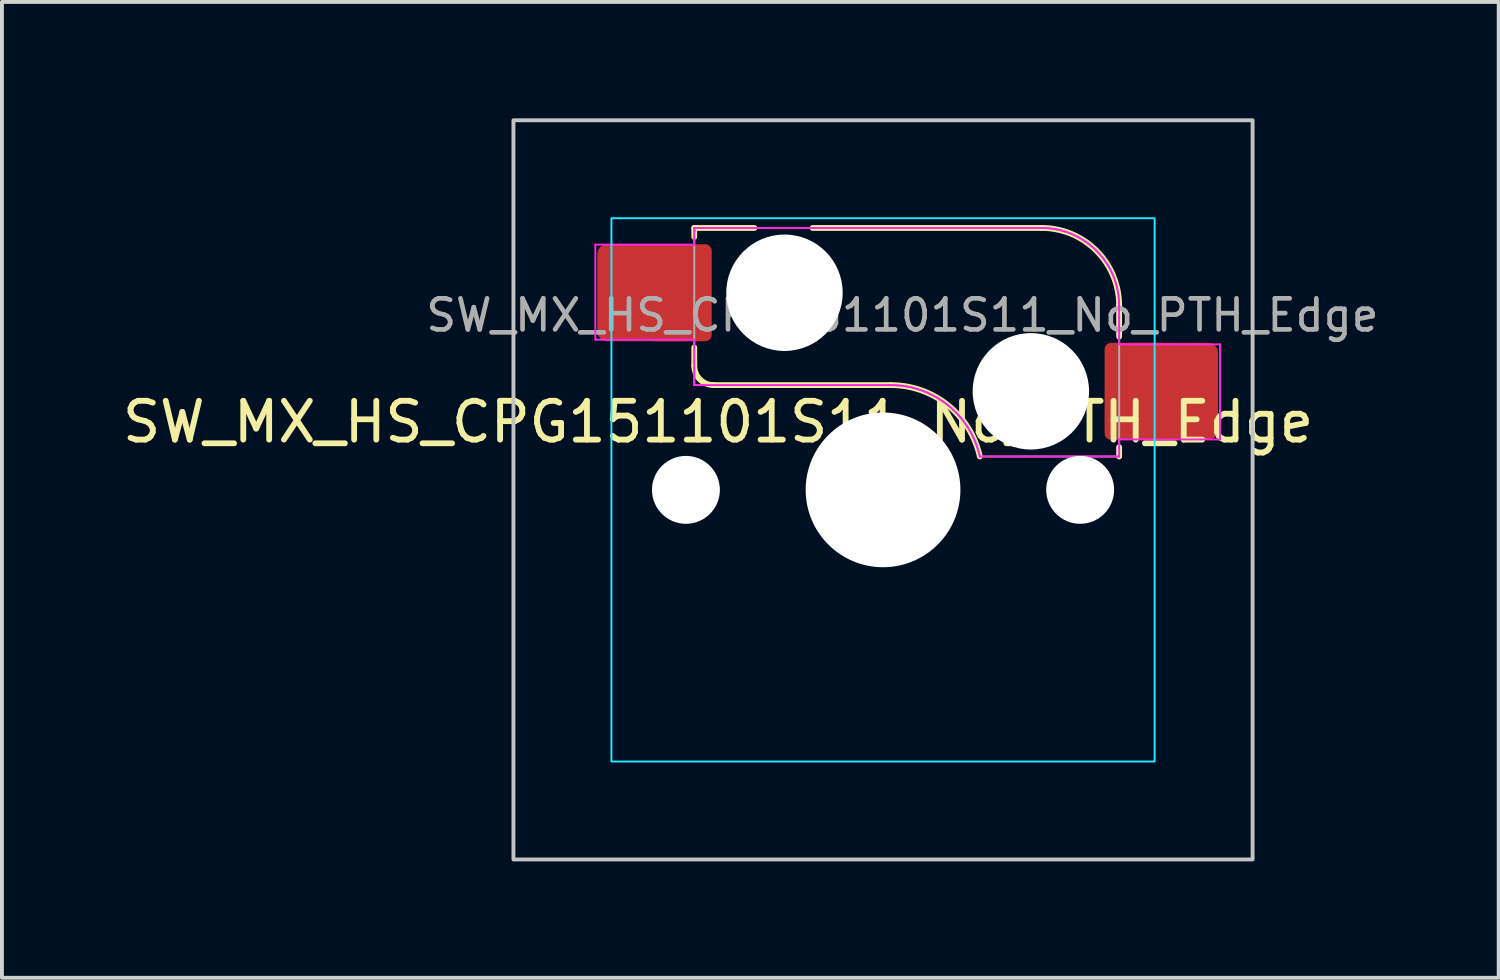
<source format=kicad_pcb>
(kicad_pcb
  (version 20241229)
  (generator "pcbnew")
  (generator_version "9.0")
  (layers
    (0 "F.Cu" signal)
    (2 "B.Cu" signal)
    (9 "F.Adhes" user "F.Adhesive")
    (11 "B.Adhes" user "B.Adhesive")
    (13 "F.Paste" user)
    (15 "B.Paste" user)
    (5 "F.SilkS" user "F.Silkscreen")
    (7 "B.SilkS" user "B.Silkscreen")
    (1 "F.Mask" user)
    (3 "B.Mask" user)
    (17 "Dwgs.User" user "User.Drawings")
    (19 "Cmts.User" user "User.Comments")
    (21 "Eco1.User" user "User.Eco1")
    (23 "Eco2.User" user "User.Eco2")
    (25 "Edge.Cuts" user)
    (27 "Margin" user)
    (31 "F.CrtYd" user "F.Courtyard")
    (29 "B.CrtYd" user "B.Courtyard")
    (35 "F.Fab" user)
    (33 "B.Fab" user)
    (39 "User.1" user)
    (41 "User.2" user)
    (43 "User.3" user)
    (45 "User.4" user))
  (footprint "SW_MX_HS_CPG151101S11_No_PTH_Edge"
    (layer "F.Cu")
    (at 19.708 9.575)
    (property "Reference" "SW_MX_HS_CPG151101S11_No_PTH_Edge" (at -4.25 -1.75 0) (layer "F.SilkS") (effects (font (size 1 1) (thickness 0.15))))
    (attr smd)
    (fp_line (start -4.865 -6.75) (end -4.865 -6.52) (stroke (width 0.15) (type solid)) (layer "F.SilkS"))
    (fp_line (start -4.865 -3.67) (end -4.865 -3.2) (stroke (width 0.15) (type solid)) (layer "F.SilkS"))
    (fp_line (start -4.365 -2.7) (end 0.2 -2.7) (stroke (width 0.15) (type solid)) (layer "F.SilkS"))
    (fp_line (start -3.315 -6.75) (end -4.865 -6.75) (stroke (width 0.15) (type solid)) (layer "F.SilkS"))
    (fp_line (start 4.085 -6.75) (end -1.815 -6.75) (stroke (width 0.15) (type solid)) (layer "F.SilkS"))
    (fp_line (start 6.085 -3.95) (end 6.085 -4.75) (stroke (width 0.15) (type solid)) (layer "F.SilkS"))
    (fp_line (start 6.085 -1.1) (end 6.085 -0.86) (stroke (width 0.15) (type solid)) (layer "F.SilkS"))
    (fp_arc (start -4.364824 -2.70022) (mid -4.718377 -2.846667) (end -4.864824 -3.20022) (stroke (width 0.15) (type solid)) (layer "F.SilkS"))
    (fp_arc (start 0.2 -2.70022) (mid 1.670693 -2.183637) (end 2.494322 -0.86022) (stroke (width 0.15) (type solid)) (layer "F.SilkS"))
    (fp_arc (start 4.085176 -6.75022) (mid 5.49939 -6.164434) (end 6.085176 -4.75022) (stroke (width 0.15) (type solid)) (layer "F.SilkS"))
    (fp_rect (start -9.525 -9.525) (end 9.525 9.525) (stroke (width 0.1) (type default)) (fill no) (layer "Dwgs.User"))
    (fp_line (start -7 -6.5) (end -7 6.5) (stroke (width 0.05) (type solid)) (layer "Eco2.User"))
    (fp_line (start -6.5 7) (end 6.5 7) (stroke (width 0.05) (type solid)) (layer "Eco2.User"))
    (fp_line (start 6.5 -7) (end -6.5 -7) (stroke (width 0.05) (type solid)) (layer "Eco2.User"))
    (fp_line (start 7 6.5) (end 7 -6.5) (stroke (width 0.05) (type solid)) (layer "Eco2.User"))
    (fp_arc (start -7 -6.5) (mid -6.853553 -6.853553) (end -6.5 -7) (stroke (width 0.05) (type solid)) (layer "Eco2.User"))
    (fp_arc (start -6.497236 6.998884) (mid -6.850789 6.852437) (end -6.997236 6.498884) (stroke (width 0.05) (type solid)) (layer "Eco2.User"))
    (fp_arc (start 6.5 -7) (mid 6.853553 -6.853553) (end 7 -6.5) (stroke (width 0.05) (type solid)) (layer "Eco2.User"))
    (fp_arc (start 7 6.5) (mid 6.853553 6.853553) (end 6.5 7) (stroke (width 0.05) (type solid)) (layer "Eco2.User"))
    (fp_rect (start -7 -7) (end 7 7) (stroke (width 0.05) (type default)) (fill no) (layer "B.CrtYd"))
    (fp_line (start -7.415 -6.32) (end -4.865 -6.32) (stroke (width 0.05) (type solid)) (layer "F.CrtYd"))
    (fp_line (start -7.415 -3.87) (end -7.415 -6.32) (stroke (width 0.05) (type solid)) (layer "F.CrtYd"))
    (fp_line (start -4.865 -6.75) (end -4.865 -6.32) (stroke (width 0.05) (type solid)) (layer "F.CrtYd"))
    (fp_line (start -4.865 -3.87) (end -7.415 -3.87) (stroke (width 0.05) (type solid)) (layer "F.CrtYd"))
    (fp_line (start -4.865 -3.87) (end -4.865 -2.7) (stroke (width 0.05) (type solid)) (layer "F.CrtYd"))
    (fp_line (start -4.865 -2.7) (end 0.2 -2.7) (stroke (width 0.05) (type solid)) (layer "F.CrtYd"))
    (fp_line (start 4.085 -6.75) (end -4.865 -6.75) (stroke (width 0.05) (type solid)) (layer "F.CrtYd"))
    (fp_line (start 6.085 -3.75) (end 6.085 -4.75) (stroke (width 0.05) (type solid)) (layer "F.CrtYd"))
    (fp_line (start 6.085 -3.75) (end 8.685 -3.75) (stroke (width 0.05) (type solid)) (layer "F.CrtYd"))
    (fp_line (start 6.085 -1.3) (end 6.085 -0.86) (stroke (width 0.05) (type solid)) (layer "F.CrtYd"))
    (fp_line (start 6.085 -0.86) (end 2.494 -0.86) (stroke (width 0.05) (type solid)) (layer "F.CrtYd"))
    (fp_line (start 8.685 -3.75) (end 8.685 -1.3) (stroke (width 0.05) (type solid)) (layer "F.CrtYd"))
    (fp_line (start 8.685 -1.3) (end 6.085 -1.3) (stroke (width 0.05) (type solid)) (layer "F.CrtYd"))
    (fp_arc (start 0.2 -2.70022) (mid 1.670503 -2.183399) (end 2.494322 -0.86022) (stroke (width 0.05) (type solid)) (layer "F.CrtYd"))
    (fp_arc (start 4.085176 -6.75022) (mid 5.49939 -6.164434) (end 6.085176 -4.75022) (stroke (width 0.05) (type solid)) (layer "F.CrtYd"))
    (fp_line (start -4.865 -6.75) (end -4.865 -2.7) (stroke (width 0.05) (type solid)) (layer "F.Fab"))
    (fp_line (start -4.865 -2.7) (end 0.2 -2.7) (stroke (width 0.05) (type solid)) (layer "F.Fab"))
    (fp_line (start 4.085 -6.75) (end -4.865 -6.75) (stroke (width 0.05) (type solid)) (layer "F.Fab"))
    (fp_line (start 6.085 -0.86) (end 2.494 -0.86) (stroke (width 0.05) (type solid)) (layer "F.Fab"))
    (fp_line (start 6.085 -0.86) (end 6.085 -4.75) (stroke (width 0.05) (type solid)) (layer "F.Fab"))
    (fp_arc (start 0.2 -2.70022) (mid 1.670503 -2.183399) (end 2.494322 -0.86022) (stroke (width 0.05) (type solid)) (layer "F.Fab"))
    (fp_arc (start 4.085176 -6.75022) (mid 5.49939 -6.164434) (end 6.085176 -4.75022) (stroke (width 0.05) (type solid)) (layer "F.Fab"))
    (fp_text user "${REFERENCE}" (at 0.5 -4.5 0) (layer "F.Fab") (effects (font (size 0.8 0.8) (thickness 0.12))))
    (pad "" np_thru_hole circle (at -5.08 0) (size 1.75 1.75) (drill 1.75) (layers "*.Cu" "*.Mask"))
    (pad "" np_thru_hole circle (at -2.54 -5.08) (size 3 3) (drill 3) (layers "*.Cu" "*.Mask"))
    (pad "" np_thru_hole circle (at 0 0) (size 3.988 3.988) (drill 3.988) (layers "*.Cu" "*.Mask"))
    (pad "" np_thru_hole circle (at 3.81 -2.54) (size 3 3) (drill 3) (layers "*.Cu" "*.Mask"))
    (pad "" np_thru_hole circle (at 5.08 0) (size 1.75 1.75) (drill 1.75) (layers "*.Cu" "*.Mask"))
    (pad "1" smd roundrect (at 6.535 -2.54 180) (size 1.65 2.5) (layers "F.Cu") (roundrect_rratio 0.1))
    (pad "1" smd roundrect (at 7.36 -2.54) (size 2.55 2.5) (layers "F.Cu" "F.Mask" "F.Paste") (roundrect_rratio 0.1))
    (pad "2" smd roundrect (at -6.09 -5.08) (size 2.55 2.5) (layers "F.Cu" "F.Mask" "F.Paste") (roundrect_rratio 0.1))
    (pad "2" smd roundrect (at -5.24 -5.08) (size 1.65 2.5) (layers "F.Cu") (roundrect_rratio 0.1)))
  (gr_rect
    (start -3 -3)
    (end 35.575 22.15)
    (stroke (width 0.1) (type default))
    (fill no)
    (layer "Edge.Cuts")))
</source>
